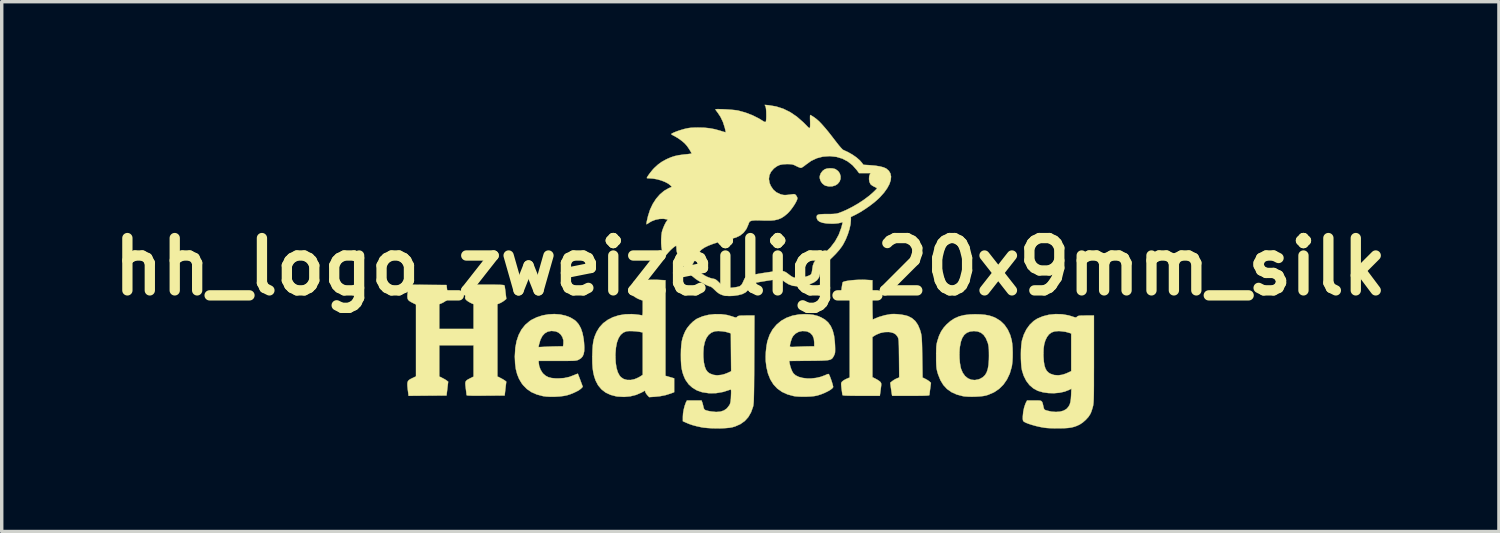
<source format=kicad_pcb>
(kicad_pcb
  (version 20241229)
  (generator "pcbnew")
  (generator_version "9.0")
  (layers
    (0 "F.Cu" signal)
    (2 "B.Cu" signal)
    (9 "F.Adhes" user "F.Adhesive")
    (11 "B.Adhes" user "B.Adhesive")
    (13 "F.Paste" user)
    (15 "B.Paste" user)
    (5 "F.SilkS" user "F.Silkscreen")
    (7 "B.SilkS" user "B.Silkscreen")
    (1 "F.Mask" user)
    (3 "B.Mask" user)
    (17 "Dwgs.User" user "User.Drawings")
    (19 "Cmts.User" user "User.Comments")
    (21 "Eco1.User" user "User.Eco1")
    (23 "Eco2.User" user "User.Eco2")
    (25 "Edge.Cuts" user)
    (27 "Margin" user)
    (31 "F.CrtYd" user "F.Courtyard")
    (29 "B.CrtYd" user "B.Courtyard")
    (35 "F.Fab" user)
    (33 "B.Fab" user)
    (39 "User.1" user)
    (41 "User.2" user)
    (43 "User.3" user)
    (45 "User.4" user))
  (footprint "hh_logo_zweizeilig_20x9mm_silk"
    (layer "F.Cu")
    (at 18.803 4.718)
    (property "Reference" "hh_logo_zweizeilig_20x9mm_silk" (at 0 0 0) (layer "F.SilkS") (effects (font (size 1.524 1.524) (thickness 0.3))))
    (attr through_hole)
    (fp_poly (pts (xy 2.397 -2.863) (xy 2.466 -2.847) (xy 2.483 -2.84) (xy 2.558 -2.785) (xy 2.606 -2.715) (xy 2.629 -2.636) (xy 2.627 -2.555) (xy 2.599 -2.479) (xy 2.545 -2.413) (xy 2.482 -2.371) (xy 2.39 -2.342) (xy 2.29 -2.338) (xy 2.196 -2.358) (xy 2.159 -2.375) (xy 2.093 -2.429) (xy 2.046 -2.501) (xy 2.022 -2.582) (xy 2.024 -2.642) (xy 2.053 -2.722) (xy 2.109 -2.794) (xy 2.174 -2.84) (xy 2.236 -2.859) (xy 2.315 -2.867) (xy 2.397 -2.863)) (stroke (width 0.01) (type solid)) (fill yes) (layer "F.SilkS"))
    (fp_poly (pts (xy 6.707 1.389) (xy 6.844 1.402) (xy 6.964 1.425) (xy 7.073 1.461) (xy 7.154 1.497) (xy 7.288 1.582) (xy 7.403 1.693) (xy 7.497 1.829) (xy 7.569 1.986) (xy 7.613 2.142) (xy 7.628 2.241) (xy 7.638 2.363) (xy 7.642 2.496) (xy 7.641 2.632) (xy 7.634 2.759) (xy 7.622 2.868) (xy 7.614 2.914) (xy 7.557 3.111) (xy 7.475 3.284) (xy 7.371 3.434) (xy 7.244 3.559) (xy 7.095 3.659) (xy 6.925 3.732) (xy 6.865 3.75) (xy 6.787 3.766) (xy 6.686 3.777) (xy 6.57 3.784) (xy 6.45 3.787) (xy 6.336 3.784) (xy 6.237 3.777) (xy 6.189 3.769) (xy 6.011 3.722) (xy 5.859 3.653) (xy 5.73 3.562) (xy 5.623 3.446) (xy 5.537 3.305) (xy 5.469 3.135) (xy 5.449 3.068) (xy 5.436 3.016) (xy 5.426 2.964) (xy 5.42 2.905) (xy 5.416 2.834) (xy 5.413 2.742) (xy 5.413 2.624) (xy 5.413 2.616) (xy 5.413 2.526) (xy 6.09 2.526) (xy 6.093 2.666) (xy 6.104 2.801) (xy 6.124 2.919) (xy 6.137 2.972) (xy 6.187 3.09) (xy 6.255 3.184) (xy 6.339 3.252) (xy 6.435 3.292) (xy 6.54 3.302) (xy 6.65 3.281) (xy 6.7 3.261) (xy 6.776 3.216) (xy 6.837 3.156) (xy 6.883 3.08) (xy 6.916 2.982) (xy 6.938 2.861) (xy 6.949 2.712) (xy 6.951 2.599) (xy 6.95 2.491) (xy 6.948 2.408) (xy 6.943 2.345) (xy 6.935 2.292) (xy 6.924 2.242) (xy 6.914 2.209) (xy 6.862 2.083) (xy 6.797 1.988) (xy 6.716 1.922) (xy 6.619 1.885) (xy 6.512 1.874) (xy 6.4 1.887) (xy 6.307 1.923) (xy 6.232 1.984) (xy 6.174 2.071) (xy 6.132 2.186) (xy 6.104 2.33) (xy 6.097 2.391) (xy 6.09 2.526) (xy 5.413 2.526) (xy 5.413 2.497) (xy 5.415 2.406) (xy 5.418 2.334) (xy 5.424 2.276) (xy 5.433 2.225) (xy 5.446 2.174) (xy 5.449 2.162) (xy 5.498 2.011) (xy 5.558 1.885) (xy 5.633 1.775) (xy 5.714 1.684) (xy 5.829 1.583) (xy 5.95 1.504) (xy 6.081 1.447) (xy 6.228 1.41) (xy 6.396 1.39) (xy 6.545 1.385) (xy 6.707 1.389)) (stroke (width 0.01) (type solid)) (fill yes) (layer "F.SilkS"))
    (fp_poly (pts (xy -9.399 0.529) (xy -8.848 0.533) (xy -8.824 0.735) (xy -8.8 0.938) (xy -8.857 0.985) (xy -8.91 1.022) (xy -8.972 1.056) (xy -8.986 1.062) (xy -9.059 1.092) (xy -9.059 1.452) (xy -9.059 1.812) (xy -8.06 1.812) (xy -8.06 1.092) (xy -8.142 1.055) (xy -8.214 1.015) (xy -8.27 0.973) (xy -8.302 0.933) (xy -8.308 0.902) (xy -8.303 0.873) (xy -8.295 0.819) (xy -8.286 0.749) (xy -8.28 0.699) (xy -8.26 0.525) (xy -7.712 0.525) (xy -7.561 0.525) (xy -7.441 0.525) (xy -7.347 0.526) (xy -7.277 0.528) (xy -7.227 0.531) (xy -7.193 0.534) (xy -7.173 0.539) (xy -7.162 0.546) (xy -7.157 0.554) (xy -7.157 0.555) (xy -7.151 0.583) (xy -7.144 0.637) (xy -7.134 0.707) (xy -7.128 0.761) (xy -7.107 0.938) (xy -7.164 0.985) (xy -7.217 1.022) (xy -7.279 1.056) (xy -7.293 1.062) (xy -7.366 1.092) (xy -7.366 2.144) (xy -7.366 3.196) (xy -7.277 3.241) (xy -7.22 3.271) (xy -7.17 3.301) (xy -7.148 3.316) (xy -7.108 3.347) (xy -7.132 3.549) (xy -7.155 3.751) (xy -7.709 3.755) (xy -7.867 3.756) (xy -7.994 3.756) (xy -8.092 3.756) (xy -8.165 3.754) (xy -8.216 3.751) (xy -8.248 3.747) (xy -8.262 3.742) (xy -8.264 3.738) (xy -8.266 3.713) (xy -8.272 3.663) (xy -8.28 3.595) (xy -8.287 3.539) (xy -8.297 3.451) (xy -8.3 3.39) (xy -8.291 3.346) (xy -8.267 3.314) (xy -8.226 3.285) (xy -8.162 3.252) (xy -8.158 3.249) (xy -8.06 3.2) (xy -8.06 2.286) (xy -9.059 2.286) (xy -9.059 3.196) (xy -8.97 3.241) (xy -8.913 3.271) (xy -8.863 3.301) (xy -8.841 3.317) (xy -8.8 3.348) (xy -8.848 3.751) (xy -9.4 3.755) (xy -9.952 3.76) (xy -9.963 3.679) (xy -9.978 3.561) (xy -9.987 3.472) (xy -9.988 3.405) (xy -9.981 3.357) (xy -9.963 3.322) (xy -9.933 3.294) (xy -9.89 3.268) (xy -9.839 3.243) (xy -9.737 3.194) (xy -9.737 1.101) (xy -9.826 1.057) (xy -9.892 1.022) (xy -9.938 0.992) (xy -9.968 0.959) (xy -9.984 0.917) (xy -9.988 0.86) (xy -9.982 0.781) (xy -9.971 0.685) (xy -9.951 0.524) (xy -9.399 0.529)) (stroke (width 0.01) (type solid)) (fill yes) (layer "F.SilkS"))
    (fp_poly (pts (xy -5.541 1.391) (xy -5.384 1.425) (xy -5.241 1.479) (xy -5.118 1.554) (xy -5.08 1.585) (xy -5 1.676) (xy -4.936 1.791) (xy -4.888 1.932) (xy -4.855 2.099) (xy -4.843 2.21) (xy -4.835 2.348) (xy -4.838 2.458) (xy -4.855 2.545) (xy -4.885 2.612) (xy -4.931 2.664) (xy -4.995 2.705) (xy -4.996 2.705) (xy -5.017 2.716) (xy -5.039 2.724) (xy -5.065 2.73) (xy -5.098 2.735) (xy -5.144 2.739) (xy -5.206 2.741) (xy -5.287 2.742) (xy -5.392 2.743) (xy -5.525 2.743) (xy -5.617 2.743) (xy -6.164 2.743) (xy -6.164 2.789) (xy -6.149 2.893) (xy -6.11 2.999) (xy -6.052 3.092) (xy -6.029 3.118) (xy -5.961 3.176) (xy -5.883 3.217) (xy -5.788 3.242) (xy -5.672 3.253) (xy -5.588 3.254) (xy -5.423 3.243) (xy -5.271 3.21) (xy -5.127 3.155) (xy -5.075 3.133) (xy -5.038 3.12) (xy -5.023 3.117) (xy -5.016 3.135) (xy -4.999 3.178) (xy -4.975 3.24) (xy -4.949 3.31) (xy -4.88 3.497) (xy -4.925 3.545) (xy -4.975 3.585) (xy -5.05 3.629) (xy -5.143 3.673) (xy -5.244 3.714) (xy -5.334 3.743) (xy -5.431 3.763) (xy -5.551 3.778) (xy -5.682 3.786) (xy -5.814 3.788) (xy -5.936 3.782) (xy -6.037 3.769) (xy -6.218 3.721) (xy -6.374 3.653) (xy -6.506 3.563) (xy -6.617 3.45) (xy -6.663 3.389) (xy -6.736 3.265) (xy -6.79 3.132) (xy -6.828 2.985) (xy -6.85 2.817) (xy -6.858 2.624) (xy -6.858 2.608) (xy -6.845 2.379) (xy -6.839 2.342) (xy -6.169 2.342) (xy -5.95 2.331) (xy -5.851 2.327) (xy -5.749 2.323) (xy -5.656 2.321) (xy -5.593 2.32) (xy -5.455 2.32) (xy -5.444 2.247) (xy -5.443 2.146) (xy -5.471 2.053) (xy -5.522 1.973) (xy -5.593 1.914) (xy -5.679 1.88) (xy -5.796 1.87) (xy -5.898 1.89) (xy -5.986 1.94) (xy -6.058 2.019) (xy -6.114 2.129) (xy -6.154 2.267) (xy -6.158 2.285) (xy -6.169 2.342) (xy -6.839 2.342) (xy -6.809 2.173) (xy -6.748 1.99) (xy -6.664 1.83) (xy -6.556 1.694) (xy -6.424 1.582) (xy -6.364 1.544) (xy -6.212 1.47) (xy -6.049 1.418) (xy -5.879 1.388) (xy -5.708 1.379) (xy -5.541 1.391)) (stroke (width 0.01) (type solid)) (fill yes) (layer "F.SilkS"))
    (fp_poly (pts (xy -2.705 0.382) (xy -2.688 0.383) (xy -2.472 0.394) (xy -2.472 3.177) (xy -2.218 3.251) (xy -2.218 3.655) (xy -2.314 3.691) (xy -2.47 3.74) (xy -2.632 3.772) (xy -2.781 3.787) (xy -2.945 3.798) (xy -2.997 3.743) (xy -3.031 3.7) (xy -3.055 3.659) (xy -3.058 3.648) (xy -3.068 3.609) (xy -3.174 3.667) (xy -3.327 3.733) (xy -3.497 3.775) (xy -3.678 3.791) (xy -3.863 3.781) (xy -3.906 3.775) (xy -4.07 3.732) (xy -4.214 3.665) (xy -4.334 3.572) (xy -4.432 3.456) (xy -4.505 3.317) (xy -4.512 3.296) (xy -4.549 3.185) (xy -4.575 3.072) (xy -4.592 2.949) (xy -4.601 2.809) (xy -4.603 2.647) (xy -4.602 2.608) (xy -3.929 2.608) (xy -3.921 2.79) (xy -3.898 2.945) (xy -3.86 3.073) (xy -3.807 3.172) (xy -3.769 3.216) (xy -3.689 3.27) (xy -3.591 3.298) (xy -3.479 3.299) (xy -3.377 3.277) (xy -3.312 3.252) (xy -3.241 3.218) (xy -3.213 3.201) (xy -3.133 3.15) (xy -3.133 1.917) (xy -3.171 1.907) (xy -3.249 1.892) (xy -3.341 1.881) (xy -3.436 1.875) (xy -3.523 1.874) (xy -3.592 1.879) (xy -3.607 1.881) (xy -3.699 1.918) (xy -3.776 1.984) (xy -3.838 2.08) (xy -3.884 2.205) (xy -3.914 2.358) (xy -3.928 2.539) (xy -3.929 2.608) (xy -4.602 2.608) (xy -4.601 2.557) (xy -4.596 2.413) (xy -4.588 2.296) (xy -4.575 2.199) (xy -4.557 2.113) (xy -4.533 2.033) (xy -4.499 1.951) (xy -4.476 1.899) (xy -4.393 1.763) (xy -4.284 1.645) (xy -4.151 1.547) (xy -3.999 1.47) (xy -3.83 1.416) (xy -3.646 1.386) (xy -3.451 1.381) (xy -3.349 1.389) (xy -3.275 1.398) (xy -3.212 1.406) (xy -3.169 1.414) (xy -3.157 1.417) (xy -3.147 1.416) (xy -3.14 1.4) (xy -3.136 1.366) (xy -3.133 1.308) (xy -3.133 1.221) (xy -3.133 1.206) (xy -3.133 0.986) (xy -3.234 0.949) (xy -3.299 0.919) (xy -3.362 0.882) (xy -3.395 0.858) (xy -3.456 0.804) (xy -3.431 0.629) (xy -3.419 0.556) (xy -3.409 0.496) (xy -3.401 0.457) (xy -3.397 0.445) (xy -3.367 0.431) (xy -3.309 0.418) (xy -3.229 0.406) (xy -3.132 0.395) (xy -3.026 0.387) (xy -2.915 0.382) (xy -2.806 0.38) (xy -2.705 0.382)) (stroke (width 0.01) (type solid)) (fill yes) (layer "F.SilkS"))
    (fp_poly (pts (xy 1.715 1.387) (xy 1.841 1.403) (xy 1.953 1.432) (xy 2.06 1.475) (xy 2.06 1.475) (xy 2.175 1.542) (xy 2.27 1.627) (xy 2.344 1.732) (xy 2.4 1.858) (xy 2.439 2.01) (xy 2.461 2.188) (xy 2.467 2.286) (xy 2.47 2.379) (xy 2.47 2.446) (xy 2.468 2.494) (xy 2.461 2.529) (xy 2.45 2.56) (xy 2.436 2.59) (xy 2.416 2.627) (xy 2.397 2.657) (xy 2.374 2.68) (xy 2.345 2.699) (xy 2.306 2.713) (xy 2.252 2.723) (xy 2.182 2.729) (xy 2.091 2.734) (xy 1.975 2.737) (xy 1.832 2.739) (xy 1.706 2.74) (xy 1.134 2.745) (xy 1.145 2.816) (xy 1.163 2.896) (xy 1.191 2.981) (xy 1.224 3.056) (xy 1.255 3.106) (xy 1.321 3.165) (xy 1.412 3.209) (xy 1.523 3.239) (xy 1.648 3.254) (xy 1.781 3.254) (xy 1.917 3.239) (xy 2.05 3.208) (xy 2.175 3.162) (xy 2.207 3.147) (xy 2.25 3.129) (xy 2.279 3.125) (xy 2.285 3.127) (xy 2.3 3.154) (xy 2.321 3.203) (xy 2.345 3.267) (xy 2.369 3.336) (xy 2.39 3.404) (xy 2.405 3.46) (xy 2.413 3.498) (xy 2.413 3.508) (xy 2.385 3.545) (xy 2.329 3.588) (xy 2.252 3.632) (xy 2.159 3.677) (xy 2.056 3.718) (xy 1.949 3.752) (xy 1.947 3.752) (xy 1.872 3.767) (xy 1.772 3.778) (xy 1.657 3.784) (xy 1.538 3.786) (xy 1.423 3.783) (xy 1.322 3.776) (xy 1.268 3.768) (xy 1.084 3.719) (xy 0.924 3.646) (xy 0.787 3.549) (xy 0.674 3.428) (xy 0.583 3.282) (xy 0.515 3.111) (xy 0.469 2.915) (xy 0.449 2.743) (xy 0.447 2.62) (xy 0.453 2.479) (xy 0.468 2.337) (xy 0.473 2.31) (xy 1.152 2.31) (xy 1.153 2.323) (xy 1.163 2.331) (xy 1.185 2.336) (xy 1.225 2.337) (xy 1.289 2.335) (xy 1.367 2.331) (xy 1.466 2.327) (xy 1.569 2.323) (xy 1.662 2.321) (xy 1.723 2.32) (xy 1.863 2.32) (xy 1.862 2.206) (xy 1.85 2.092) (xy 1.812 2.001) (xy 1.75 1.934) (xy 1.665 1.89) (xy 1.618 1.878) (xy 1.51 1.873) (xy 1.408 1.896) (xy 1.319 1.945) (xy 1.248 2.017) (xy 1.224 2.056) (xy 1.202 2.108) (xy 1.18 2.175) (xy 1.162 2.243) (xy 1.152 2.297) (xy 1.152 2.31) (xy 0.473 2.31) (xy 0.49 2.207) (xy 0.501 2.161) (xy 0.563 1.983) (xy 0.65 1.826) (xy 0.763 1.69) (xy 0.897 1.577) (xy 1.053 1.489) (xy 1.227 1.426) (xy 1.418 1.391) (xy 1.566 1.383) (xy 1.715 1.387)) (stroke (width 0.01) (type solid)) (fill yes) (layer "F.SilkS"))
    (fp_poly (pts (xy 3.365 0.383) (xy 3.556 0.394) (xy 3.556 0.969) (xy 3.556 1.104) (xy 3.557 1.228) (xy 3.559 1.336) (xy 3.561 1.425) (xy 3.564 1.49) (xy 3.566 1.529) (xy 3.569 1.537) (xy 3.736 1.467) (xy 3.919 1.413) (xy 4.098 1.381) (xy 4.185 1.378) (xy 4.29 1.383) (xy 4.401 1.396) (xy 4.505 1.415) (xy 4.589 1.438) (xy 4.595 1.44) (xy 4.709 1.499) (xy 4.805 1.583) (xy 4.882 1.695) (xy 4.941 1.834) (xy 4.963 1.908) (xy 4.973 1.947) (xy 4.981 1.987) (xy 4.987 2.032) (xy 4.992 2.087) (xy 4.996 2.156) (xy 5 2.242) (xy 5.003 2.35) (xy 5.005 2.484) (xy 5.008 2.634) (xy 5.017 3.228) (xy 5.096 3.266) (xy 5.152 3.297) (xy 5.202 3.33) (xy 5.218 3.343) (xy 5.261 3.383) (xy 5.239 3.55) (xy 5.229 3.623) (xy 5.222 3.685) (xy 5.217 3.726) (xy 5.216 3.738) (xy 5.209 3.744) (xy 5.185 3.749) (xy 5.142 3.753) (xy 5.078 3.756) (xy 4.989 3.758) (xy 4.873 3.759) (xy 4.726 3.759) (xy 4.674 3.759) (xy 4.132 3.759) (xy 4.124 3.721) (xy 4.119 3.687) (xy 4.11 3.63) (xy 4.1 3.56) (xy 4.096 3.531) (xy 4.076 3.38) (xy 4.133 3.333) (xy 4.186 3.296) (xy 4.248 3.262) (xy 4.263 3.256) (xy 4.337 3.226) (xy 4.332 2.667) (xy 4.33 2.514) (xy 4.329 2.392) (xy 4.327 2.295) (xy 4.324 2.221) (xy 4.321 2.165) (xy 4.317 2.124) (xy 4.311 2.094) (xy 4.304 2.07) (xy 4.295 2.05) (xy 4.289 2.039) (xy 4.241 1.976) (xy 4.173 1.933) (xy 4.081 1.907) (xy 4.028 1.901) (xy 3.911 1.904) (xy 3.788 1.93) (xy 3.674 1.976) (xy 3.633 1.999) (xy 3.556 2.048) (xy 3.556 3.217) (xy 3.653 3.266) (xy 3.711 3.299) (xy 3.761 3.333) (xy 3.786 3.355) (xy 3.801 3.374) (xy 3.81 3.394) (xy 3.813 3.421) (xy 3.811 3.464) (xy 3.803 3.528) (xy 3.797 3.577) (xy 3.772 3.759) (xy 3.232 3.759) (xy 3.074 3.759) (xy 2.948 3.758) (xy 2.85 3.756) (xy 2.778 3.754) (xy 2.728 3.75) (xy 2.698 3.745) (xy 2.685 3.739) (xy 2.685 3.738) (xy 2.68 3.713) (xy 2.673 3.663) (xy 2.664 3.595) (xy 2.658 3.55) (xy 2.65 3.474) (xy 2.646 3.423) (xy 2.648 3.391) (xy 2.656 3.369) (xy 2.67 3.35) (xy 2.676 3.344) (xy 2.712 3.315) (xy 2.766 3.283) (xy 2.804 3.265) (xy 2.895 3.226) (xy 2.895 2.1) (xy 2.896 0.973) (xy 2.815 0.936) (xy 2.757 0.906) (xy 2.704 0.873) (xy 2.687 0.86) (xy 2.639 0.82) (xy 2.659 0.643) (xy 2.669 0.568) (xy 2.679 0.507) (xy 2.688 0.465) (xy 2.693 0.452) (xy 2.724 0.435) (xy 2.782 0.42) (xy 2.863 0.406) (xy 2.959 0.394) (xy 3.065 0.386) (xy 3.174 0.381) (xy 3.281 0.38) (xy 3.365 0.383)) (stroke (width 0.01) (type solid)) (fill yes) (layer "F.SilkS"))
    (fp_poly (pts (xy -0.852 1.383) (xy -0.674 1.407) (xy -0.529 1.448) (xy -0.47 1.469) (xy -0.433 1.478) (xy -0.41 1.478) (xy -0.392 1.467) (xy -0.38 1.456) (xy -0.363 1.442) (xy -0.34 1.433) (xy -0.305 1.427) (xy -0.252 1.424) (xy -0.176 1.423) (xy -0.112 1.422) (xy 0.12 1.422) (xy 0.114 2.697) (xy 0.113 2.938) (xy 0.112 3.148) (xy 0.11 3.33) (xy 0.109 3.484) (xy 0.107 3.614) (xy 0.105 3.723) (xy 0.103 3.812) (xy 0.101 3.884) (xy 0.098 3.942) (xy 0.094 3.987) (xy 0.09 4.023) (xy 0.086 4.051) (xy 0.08 4.074) (xy 0.08 4.077) (xy 0.021 4.241) (xy -0.059 4.38) (xy -0.162 4.494) (xy -0.289 4.584) (xy -0.44 4.651) (xy -0.518 4.674) (xy -0.603 4.69) (xy -0.714 4.7) (xy -0.842 4.707) (xy -0.98 4.708) (xy -1.119 4.705) (xy -1.25 4.697) (xy -1.367 4.685) (xy -1.431 4.674) (xy -1.567 4.644) (xy -1.679 4.614) (xy -1.779 4.58) (xy -1.863 4.545) (xy -1.964 4.5) (xy -1.964 4.37) (xy -1.958 4.27) (xy -1.939 4.16) (xy -1.912 4.054) (xy -1.88 3.964) (xy -1.87 3.943) (xy -1.845 3.895) (xy -1.422 3.895) (xy -1.404 3.941) (xy -1.389 3.985) (xy -1.374 4.045) (xy -1.367 4.077) (xy -1.356 4.121) (xy -1.341 4.151) (xy -1.315 4.173) (xy -1.273 4.189) (xy -1.209 4.204) (xy -1.144 4.216) (xy -0.997 4.231) (xy -0.872 4.222) (xy -0.768 4.187) (xy -0.682 4.127) (xy -0.614 4.039) (xy -0.599 4.013) (xy -0.584 3.972) (xy -0.573 3.916) (xy -0.565 3.837) (xy -0.562 3.761) (xy -0.559 3.678) (xy -0.559 3.624) (xy -0.561 3.592) (xy -0.568 3.579) (xy -0.578 3.578) (xy -0.587 3.581) (xy -0.791 3.647) (xy -0.997 3.682) (xy -1.202 3.685) (xy -1.4 3.655) (xy -1.405 3.654) (xy -1.553 3.603) (xy -1.684 3.525) (xy -1.796 3.424) (xy -1.882 3.303) (xy -1.904 3.262) (xy -1.945 3.166) (xy -1.976 3.072) (xy -1.998 2.972) (xy -2.013 2.86) (xy -2.02 2.729) (xy -2.022 2.571) (xy -2.022 2.565) (xy -2.021 2.513) (xy -1.369 2.513) (xy -1.367 2.638) (xy -1.353 2.786) (xy -1.328 2.904) (xy -1.292 2.996) (xy -1.244 3.063) (xy -1.181 3.11) (xy -1.18 3.11) (xy -1.076 3.15) (xy -0.967 3.164) (xy -0.844 3.151) (xy -0.826 3.148) (xy -0.756 3.129) (xy -0.68 3.101) (xy -0.647 3.087) (xy -0.558 3.045) (xy -0.563 2.494) (xy -0.567 1.942) (xy -0.635 1.919) (xy -0.726 1.894) (xy -0.83 1.879) (xy -0.932 1.873) (xy -1.019 1.879) (xy -1.036 1.882) (xy -1.134 1.919) (xy -1.216 1.986) (xy -1.281 2.079) (xy -1.328 2.199) (xy -1.358 2.344) (xy -1.369 2.513) (xy -2.021 2.513) (xy -2.019 2.413) (xy -2.01 2.286) (xy -1.996 2.177) (xy -1.973 2.079) (xy -1.94 1.984) (xy -1.897 1.884) (xy -1.897 1.883) (xy -1.839 1.786) (xy -1.76 1.688) (xy -1.669 1.599) (xy -1.575 1.528) (xy -1.544 1.511) (xy -1.391 1.446) (xy -1.219 1.403) (xy -1.036 1.382) (xy -0.852 1.383)) (stroke (width 0.01) (type solid)) (fill yes) (layer "F.SilkS"))
    (fp_poly (pts (xy 9.082 1.385) (xy 9.267 1.417) (xy 9.365 1.446) (xy 9.427 1.467) (xy 9.465 1.477) (xy 9.488 1.477) (xy 9.505 1.467) (xy 9.518 1.455) (xy 9.534 1.442) (xy 9.557 1.433) (xy 9.592 1.427) (xy 9.646 1.424) (xy 9.723 1.423) (xy 9.779 1.422) (xy 10.008 1.422) (xy 10.008 2.69) (xy 10.008 2.928) (xy 10.007 3.135) (xy 10.007 3.313) (xy 10.007 3.465) (xy 10.006 3.593) (xy 10.005 3.7) (xy 10.003 3.787) (xy 10.001 3.859) (xy 9.998 3.916) (xy 9.995 3.962) (xy 9.991 3.999) (xy 9.987 4.03) (xy 9.982 4.057) (xy 9.975 4.083) (xy 9.975 4.085) (xy 9.953 4.159) (xy 9.929 4.231) (xy 9.905 4.285) (xy 9.905 4.286) (xy 9.849 4.373) (xy 9.77 4.46) (xy 9.681 4.538) (xy 9.59 4.598) (xy 9.578 4.603) (xy 9.502 4.638) (xy 9.427 4.664) (xy 9.348 4.683) (xy 9.258 4.696) (xy 9.151 4.703) (xy 9.02 4.706) (xy 8.941 4.706) (xy 8.817 4.705) (xy 8.718 4.702) (xy 8.635 4.697) (xy 8.561 4.688) (xy 8.485 4.675) (xy 8.433 4.665) (xy 8.316 4.638) (xy 8.205 4.607) (xy 8.106 4.575) (xy 8.026 4.544) (xy 7.972 4.515) (xy 7.967 4.511) (xy 7.95 4.494) (xy 7.94 4.468) (xy 7.936 4.426) (xy 7.937 4.359) (xy 7.949 4.23) (xy 7.975 4.104) (xy 8.012 3.993) (xy 8.028 3.959) (xy 8.061 3.895) (xy 8.27 3.895) (xy 8.361 3.895) (xy 8.424 3.898) (xy 8.466 3.907) (xy 8.492 3.928) (xy 8.51 3.964) (xy 8.524 4.018) (xy 8.535 4.069) (xy 8.548 4.123) (xy 8.563 4.155) (xy 8.588 4.173) (xy 8.631 4.188) (xy 8.641 4.191) (xy 8.774 4.221) (xy 8.903 4.23) (xy 9.021 4.221) (xy 9.123 4.193) (xy 9.203 4.147) (xy 9.224 4.128) (xy 9.269 4.074) (xy 9.302 4.015) (xy 9.323 3.943) (xy 9.337 3.852) (xy 9.344 3.745) (xy 9.352 3.553) (xy 9.282 3.588) (xy 9.154 3.638) (xy 9.006 3.67) (xy 8.846 3.684) (xy 8.684 3.68) (xy 8.526 3.658) (xy 8.383 3.617) (xy 8.369 3.612) (xy 8.241 3.542) (xy 8.129 3.445) (xy 8.036 3.322) (xy 7.962 3.175) (xy 7.913 3.018) (xy 7.898 2.928) (xy 7.888 2.813) (xy 7.882 2.683) (xy 7.881 2.546) (xy 7.881 2.537) (xy 8.537 2.537) (xy 8.538 2.614) (xy 8.548 2.758) (xy 8.566 2.872) (xy 8.594 2.962) (xy 8.633 3.032) (xy 8.686 3.084) (xy 8.738 3.117) (xy 8.845 3.154) (xy 8.966 3.163) (xy 9.076 3.149) (xy 9.135 3.132) (xy 9.205 3.107) (xy 9.25 3.087) (xy 9.347 3.042) (xy 9.347 1.946) (xy 9.303 1.93) (xy 9.179 1.895) (xy 9.036 1.877) (xy 8.982 1.874) (xy 8.866 1.883) (xy 8.773 1.915) (xy 8.697 1.973) (xy 8.641 2.048) (xy 8.593 2.146) (xy 8.56 2.256) (xy 8.542 2.385) (xy 8.537 2.537) (xy 7.881 2.537) (xy 7.884 2.411) (xy 7.893 2.288) (xy 7.906 2.185) (xy 7.913 2.146) (xy 7.967 1.976) (xy 8.043 1.822) (xy 8.139 1.69) (xy 8.252 1.582) (xy 8.357 1.513) (xy 8.521 1.444) (xy 8.701 1.399) (xy 8.891 1.38) (xy 9.082 1.385)) (stroke (width 0.01) (type solid)) (fill yes) (layer "F.SilkS"))
    (fp_poly (pts (xy 0.536 -4.703) (xy 0.751 -4.667) (xy 0.959 -4.601) (xy 1.16 -4.502) (xy 1.354 -4.371) (xy 1.543 -4.206) (xy 1.605 -4.144) (xy 1.659 -4.088) (xy 1.695 -4.053) (xy 1.717 -4.038) (xy 1.729 -4.038) (xy 1.736 -4.052) (xy 1.738 -4.058) (xy 1.742 -4.093) (xy 1.743 -4.151) (xy 1.742 -4.223) (xy 1.741 -4.259) (xy 1.739 -4.328) (xy 1.74 -4.382) (xy 1.743 -4.414) (xy 1.746 -4.42) (xy 1.764 -4.411) (xy 1.803 -4.388) (xy 1.854 -4.355) (xy 1.86 -4.351) (xy 1.928 -4.3) (xy 2.002 -4.235) (xy 2.082 -4.151) (xy 2.173 -4.048) (xy 2.277 -3.923) (xy 2.395 -3.772) (xy 2.432 -3.723) (xy 2.513 -3.618) (xy 2.583 -3.53) (xy 2.641 -3.463) (xy 2.683 -3.419) (xy 2.708 -3.4) (xy 2.844 -3.338) (xy 2.974 -3.264) (xy 3.092 -3.182) (xy 3.189 -3.097) (xy 3.251 -3.026) (xy 3.293 -2.968) (xy 3.479 -2.957) (xy 3.637 -2.943) (xy 3.77 -2.922) (xy 3.876 -2.895) (xy 3.952 -2.863) (xy 3.956 -2.861) (xy 4.032 -2.796) (xy 4.08 -2.717) (xy 4.099 -2.625) (xy 4.089 -2.521) (xy 4.052 -2.408) (xy 3.987 -2.287) (xy 3.896 -2.159) (xy 3.778 -2.027) (xy 3.717 -1.968) (xy 3.606 -1.871) (xy 3.474 -1.77) (xy 3.332 -1.672) (xy 3.19 -1.583) (xy 3.061 -1.513) (xy 2.929 -1.449) (xy 2.929 -1.367) (xy 2.919 -1.24) (xy 2.888 -1.097) (xy 2.841 -0.947) (xy 2.781 -0.798) (xy 2.71 -0.66) (xy 2.669 -0.594) (xy 2.588 -0.486) (xy 2.486 -0.371) (xy 2.372 -0.257) (xy 2.252 -0.152) (xy 2.182 -0.097) (xy 2.053 -0.002) (xy 2.042 0.122) (xy 2.031 0.195) (xy 2.014 0.266) (xy 1.997 0.316) (xy 1.942 0.392) (xy 1.855 0.456) (xy 1.738 0.507) (xy 1.591 0.546) (xy 1.515 0.559) (xy 1.368 0.57) (xy 1.238 0.556) (xy 1.118 0.513) (xy 1.002 0.442) (xy 0.979 0.424) (xy 0.931 0.388) (xy 0.892 0.364) (xy 0.871 0.356) (xy 0.836 0.358) (xy 0.775 0.366) (xy 0.693 0.378) (xy 0.596 0.392) (xy 0.492 0.408) (xy 0.386 0.425) (xy 0.285 0.442) (xy 0.195 0.458) (xy 0.123 0.471) (xy 0.075 0.482) (xy 0.064 0.484) (xy 0.04 0.504) (xy 0.013 0.545) (xy -0.001 0.573) (xy -0.058 0.671) (xy -0.133 0.745) (xy -0.23 0.796) (xy -0.348 0.827) (xy -0.493 0.848) (xy -0.618 0.853) (xy -0.711 0.846) (xy -0.812 0.826) (xy -0.897 0.791) (xy -0.976 0.734) (xy -1.036 0.677) (xy -1.085 0.63) (xy -1.129 0.595) (xy -1.159 0.577) (xy -1.165 0.576) (xy -1.201 0.567) (xy -1.259 0.543) (xy -1.332 0.509) (xy -1.412 0.466) (xy -1.492 0.419) (xy -1.566 0.372) (xy -1.589 0.356) (xy -1.756 0.221) (xy -1.893 0.071) (xy -1.976 -0.049) (xy -1.694 -0.049) (xy -1.66 -0.001) (xy -1.623 0.04) (xy -1.563 0.092) (xy -1.49 0.149) (xy -1.411 0.206) (xy -1.333 0.255) (xy -1.278 0.285) (xy -1.21 0.314) (xy -1.138 0.338) (xy -1.092 0.348) (xy -1.049 0.356) (xy -1.014 0.37) (xy -0.977 0.396) (xy -0.931 0.438) (xy -0.893 0.476) (xy -0.837 0.531) (xy -0.793 0.567) (xy -0.752 0.589) (xy -0.703 0.603) (xy -0.636 0.614) (xy -0.627 0.615) (xy -0.58 0.616) (xy -0.514 0.61) (xy -0.441 0.6) (xy -0.372 0.587) (xy -0.319 0.573) (xy -0.303 0.566) (xy -0.252 0.522) (xy -0.218 0.46) (xy -0.194 0.406) (xy -0.173 0.359) (xy -0.166 0.344) (xy -0.148 0.32) (xy -0.117 0.298) (xy -0.07 0.277) (xy -0.005 0.256) (xy 0.083 0.236) (xy 0.195 0.214) (xy 0.334 0.19) (xy 0.504 0.164) (xy 0.52 0.162) (xy 0.655 0.142) (xy 0.761 0.129) (xy 0.845 0.122) (xy 0.91 0.123) (xy 0.964 0.131) (xy 1.01 0.148) (xy 1.055 0.174) (xy 1.103 0.21) (xy 1.126 0.228) (xy 1.193 0.278) (xy 1.248 0.308) (xy 1.305 0.324) (xy 1.375 0.328) (xy 1.389 0.328) (xy 1.465 0.323) (xy 1.548 0.308) (xy 1.63 0.287) (xy 1.701 0.262) (xy 1.752 0.236) (xy 1.766 0.224) (xy 1.784 0.188) (xy 1.798 0.126) (xy 1.804 0.076) (xy 1.822 -0.035) (xy 1.854 -0.121) (xy 1.904 -0.191) (xy 1.977 -0.251) (xy 1.979 -0.253) (xy 2.173 -0.402) (xy 2.337 -0.563) (xy 2.47 -0.739) (xy 2.575 -0.929) (xy 2.652 -1.137) (xy 2.682 -1.256) (xy 2.692 -1.3) (xy 2.613 -1.277) (xy 2.56 -1.266) (xy 2.486 -1.258) (xy 2.404 -1.253) (xy 2.377 -1.253) (xy 2.226 -1.26) (xy 2.107 -1.279) (xy 2.018 -1.311) (xy 1.961 -1.356) (xy 1.935 -1.415) (xy 1.934 -1.424) (xy 1.933 -1.462) (xy 1.941 -1.49) (xy 1.961 -1.509) (xy 1.999 -1.522) (xy 2.058 -1.529) (xy 2.143 -1.533) (xy 2.242 -1.534) (xy 2.345 -1.534) (xy 2.421 -1.537) (xy 2.479 -1.542) (xy 2.528 -1.55) (xy 2.573 -1.563) (xy 2.616 -1.578) (xy 2.785 -1.648) (xy 2.964 -1.738) (xy 3.143 -1.841) (xy 3.314 -1.954) (xy 3.467 -2.069) (xy 3.562 -2.152) (xy 3.615 -2.202) (xy 3.658 -2.245) (xy 3.685 -2.274) (xy 3.691 -2.283) (xy 3.677 -2.296) (xy 3.64 -2.316) (xy 3.608 -2.331) (xy 3.554 -2.36) (xy 3.51 -2.395) (xy 3.496 -2.412) (xy 3.469 -2.475) (xy 3.458 -2.552) (xy 3.462 -2.627) (xy 3.476 -2.674) (xy 3.503 -2.726) (xy 3.168 -2.726) (xy 3.101 -2.816) (xy 2.978 -2.956) (xy 2.838 -3.066) (xy 2.682 -3.148) (xy 2.51 -3.199) (xy 2.324 -3.22) (xy 2.299 -3.22) (xy 2.112 -3.206) (xy 1.937 -3.16) (xy 1.773 -3.083) (xy 1.621 -2.974) (xy 1.566 -2.931) (xy 1.517 -2.898) (xy 1.482 -2.88) (xy 1.474 -2.879) (xy 1.443 -2.886) (xy 1.392 -2.906) (xy 1.334 -2.934) (xy 1.334 -2.934) (xy 1.281 -2.96) (xy 1.236 -2.976) (xy 1.189 -2.985) (xy 1.129 -2.988) (xy 1.067 -2.989) (xy 0.952 -2.983) (xy 0.86 -2.965) (xy 0.78 -2.929) (xy 0.703 -2.874) (xy 0.68 -2.854) (xy 0.602 -2.763) (xy 0.555 -2.663) (xy 0.541 -2.555) (xy 0.56 -2.441) (xy 0.597 -2.352) (xy 0.669 -2.245) (xy 0.76 -2.166) (xy 0.872 -2.113) (xy 0.893 -2.106) (xy 0.937 -2.095) (xy 0.977 -2.088) (xy 1.022 -2.087) (xy 1.079 -2.091) (xy 1.156 -2.1) (xy 1.221 -2.109) (xy 1.27 -2.114) (xy 1.301 -2.108) (xy 1.326 -2.085) (xy 1.335 -2.074) (xy 1.36 -2.033) (xy 1.372 -1.997) (xy 1.372 -1.995) (xy 1.361 -1.949) (xy 1.331 -1.884) (xy 1.287 -1.808) (xy 1.233 -1.728) (xy 1.174 -1.649) (xy 1.113 -1.58) (xy 1.08 -1.547) (xy 0.993 -1.475) (xy 0.907 -1.419) (xy 0.816 -1.381) (xy 0.712 -1.356) (xy 0.592 -1.344) (xy 0.447 -1.344) (xy 0.373 -1.346) (xy 0.238 -1.351) (xy 0.134 -1.35) (xy 0.063 -1.344) (xy 0.041 -1.34) (xy 0.000493 -1.326) (xy -0.024 -1.306) (xy -0.043 -1.271) (xy -0.056 -1.231) (xy -0.113 -1.101) (xy -0.195 -0.992) (xy -0.299 -0.908) (xy -0.41 -0.854) (xy -0.455 -0.84) (xy -0.524 -0.821) (xy -0.606 -0.799) (xy -0.694 -0.778) (xy -0.898 -0.725) (xy -1.074 -0.67) (xy -1.221 -0.614) (xy -1.337 -0.557) (xy -1.421 -0.499) (xy -1.445 -0.477) (xy -1.47 -0.445) (xy -1.506 -0.389) (xy -1.547 -0.319) (xy -1.591 -0.242) (xy -1.592 -0.24) (xy -1.694 -0.049) (xy -1.976 -0.049) (xy -1.989 -0.068) (xy -2.064 -0.207) (xy -2.117 -0.339) (xy -2.145 -0.458) (xy -2.15 -0.521) (xy -2.152 -0.57) (xy -2.157 -0.603) (xy -2.16 -0.61) (xy -2.188 -0.598) (xy -2.231 -0.567) (xy -2.284 -0.522) (xy -2.339 -0.469) (xy -2.39 -0.414) (xy -2.405 -0.396) (xy -2.447 -0.346) (xy -2.482 -0.308) (xy -2.504 -0.289) (xy -2.507 -0.288) (xy -2.516 -0.294) (xy -2.527 -0.317) (xy -2.541 -0.361) (xy -2.559 -0.43) (xy -2.576 -0.5) (xy -2.589 -0.584) (xy -2.596 -0.688) (xy -2.596 -0.8) (xy -2.589 -0.908) (xy -2.577 -1) (xy -2.567 -1.041) (xy -2.539 -1.122) (xy -2.504 -1.205) (xy -2.467 -1.279) (xy -2.433 -1.332) (xy -2.426 -1.342) (xy -2.409 -1.365) (xy -2.418 -1.376) (xy -2.423 -1.378) (xy -2.527 -1.396) (xy -2.644 -1.392) (xy -2.763 -1.368) (xy -2.873 -1.325) (xy -2.924 -1.296) (xy -2.972 -1.265) (xy -3.007 -1.243) (xy -3.022 -1.236) (xy -3.025 -1.25) (xy -3.02 -1.292) (xy -3.005 -1.363) (xy -2.981 -1.466) (xy -2.977 -1.482) (xy -2.92 -1.66) (xy -2.842 -1.826) (xy -2.746 -1.976) (xy -2.634 -2.105) (xy -2.51 -2.21) (xy -2.378 -2.286) (xy -2.366 -2.291) (xy -2.285 -2.325) (xy -2.323 -2.366) (xy -2.39 -2.42) (xy -2.483 -2.469) (xy -2.593 -2.512) (xy -2.713 -2.546) (xy -2.833 -2.567) (xy -2.934 -2.574) (xy -2.981 -2.576) (xy -3.01 -2.58) (xy -3.014 -2.584) (xy -3.004 -2.609) (xy -2.976 -2.653) (xy -2.937 -2.708) (xy -2.89 -2.768) (xy -2.842 -2.827) (xy -2.797 -2.876) (xy -2.792 -2.88) (xy -2.687 -2.976) (xy -2.579 -3.054) (xy -2.453 -3.124) (xy -2.417 -3.141) (xy -2.31 -3.187) (xy -2.203 -3.222) (xy -2.087 -3.247) (xy -1.951 -3.266) (xy -1.905 -3.271) (xy -1.829 -3.278) (xy -1.768 -3.286) (xy -1.726 -3.292) (xy -1.712 -3.295) (xy -1.716 -3.312) (xy -1.735 -3.35) (xy -1.765 -3.4) (xy -1.801 -3.456) (xy -1.838 -3.509) (xy -1.86 -3.537) (xy -1.925 -3.606) (xy -2.012 -3.678) (xy -2.108 -3.746) (xy -2.205 -3.803) (xy -2.214 -3.807) (xy -2.262 -3.832) (xy -2.294 -3.853) (xy -2.303 -3.862) (xy -2.288 -3.877) (xy -2.246 -3.899) (xy -2.185 -3.925) (xy -2.111 -3.953) (xy -2.029 -3.98) (xy -1.947 -4.004) (xy -1.935 -4.008) (xy -1.858 -4.026) (xy -1.79 -4.039) (xy -1.718 -4.047) (xy -1.633 -4.051) (xy -1.524 -4.053) (xy -1.524 -4.053) (xy -1.346 -4.049) (xy -1.188 -4.033) (xy -1.037 -4.005) (xy -0.881 -3.962) (xy -0.854 -3.953) (xy -0.793 -3.934) (xy -0.745 -3.921) (xy -0.72 -3.916) (xy -0.717 -3.917) (xy -0.718 -3.935) (xy -0.727 -3.977) (xy -0.74 -4.036) (xy -0.745 -4.054) (xy -0.797 -4.216) (xy -0.868 -4.365) (xy -0.949 -4.486) (xy -0.983 -4.531) (xy -1.008 -4.566) (xy -1.016 -4.582) (xy -1 -4.587) (xy -0.957 -4.59) (xy -0.892 -4.589) (xy -0.811 -4.587) (xy -0.721 -4.583) (xy -0.628 -4.577) (xy -0.538 -4.57) (xy -0.457 -4.562) (xy -0.391 -4.554) (xy -0.356 -4.548) (xy -0.145 -4.49) (xy 0.062 -4.411) (xy 0.253 -4.315) (xy 0.355 -4.252) (xy 0.408 -4.22) (xy 0.441 -4.214) (xy 0.448 -4.218) (xy 0.457 -4.243) (xy 0.463 -4.295) (xy 0.466 -4.363) (xy 0.466 -4.44) (xy 0.464 -4.518) (xy 0.459 -4.589) (xy 0.451 -4.643) (xy 0.443 -4.672) (xy 0.419 -4.713) (xy 0.536 -4.703)) (stroke (width 0.01) (type solid)) (fill yes) (layer "F.SilkS")))
  (gr_rect
    (start -3 -3)
    (end 40.607 12.431)
    (stroke (width 0.1) (type default))
    (fill no)
    (layer "Edge.Cuts")))
</source>
